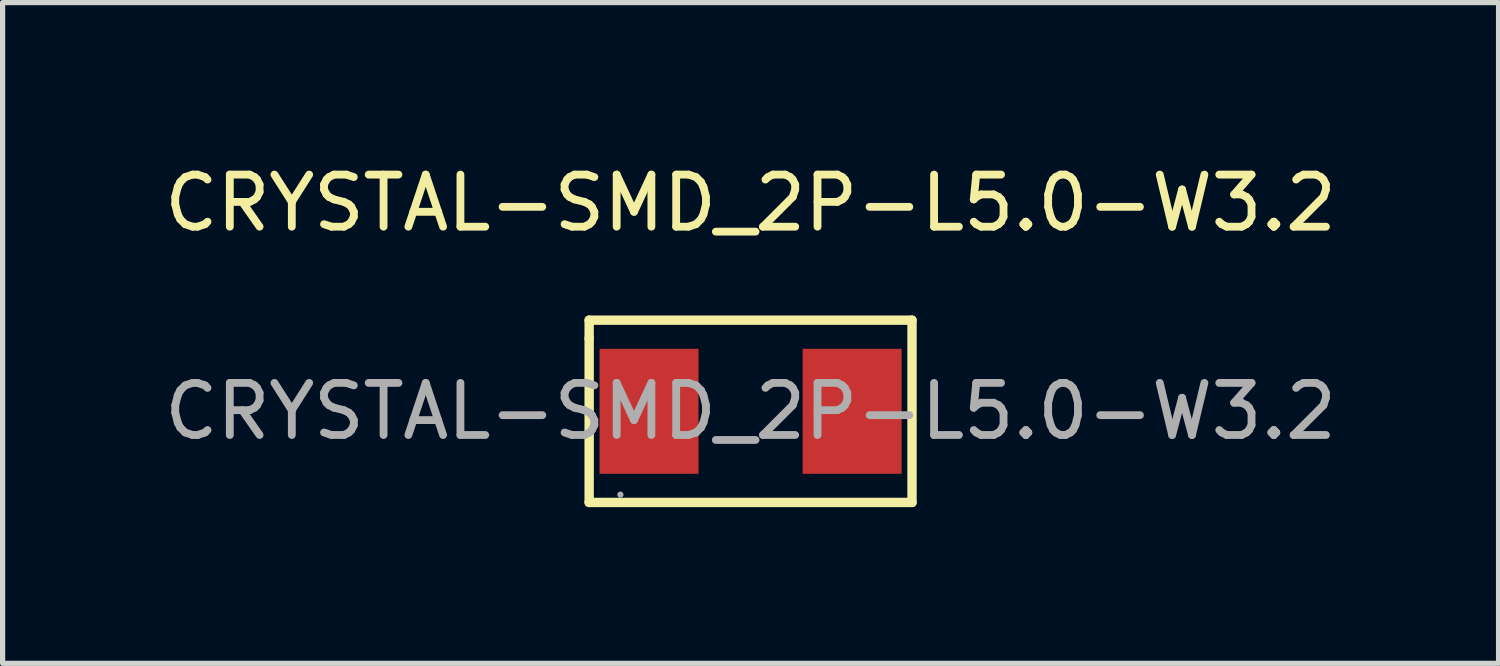
<source format=kicad_pcb>
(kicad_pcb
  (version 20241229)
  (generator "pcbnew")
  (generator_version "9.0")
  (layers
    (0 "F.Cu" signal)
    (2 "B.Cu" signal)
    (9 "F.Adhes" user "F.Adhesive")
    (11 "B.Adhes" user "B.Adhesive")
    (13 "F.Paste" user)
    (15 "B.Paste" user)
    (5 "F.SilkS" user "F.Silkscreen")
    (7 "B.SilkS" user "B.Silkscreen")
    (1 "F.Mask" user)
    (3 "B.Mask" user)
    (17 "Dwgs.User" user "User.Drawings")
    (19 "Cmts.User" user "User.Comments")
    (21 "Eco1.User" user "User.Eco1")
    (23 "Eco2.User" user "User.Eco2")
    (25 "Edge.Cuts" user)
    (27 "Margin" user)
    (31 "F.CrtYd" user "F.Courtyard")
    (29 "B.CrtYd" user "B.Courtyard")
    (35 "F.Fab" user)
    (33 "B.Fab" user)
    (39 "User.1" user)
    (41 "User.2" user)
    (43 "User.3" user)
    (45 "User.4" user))
  (footprint "CRYSTAL-SMD_2P-L5.0-W3.2"
    (layer "F.Cu")
    (at 11.363 4.848)
    (property "Reference" "CRYSTAL-SMD_2P-L5.0-W3.2" (at 0 -4 0) (layer "F.SilkS") (effects (font (size 1 1) (thickness 0.15))))
    (attr smd)
    (fp_line (start -3.1 -1.75) (end 3.1 -1.75) (stroke (width 0.18) (type solid)) (layer "F.SilkS"))
    (fp_line (start -3.1 -1.4) (end -3.1 -1.75) (stroke (width 0.18) (type solid)) (layer "F.SilkS"))
    (fp_line (start -3.1 1.75) (end -3.1 -1.4) (stroke (width 0.18) (type solid)) (layer "F.SilkS"))
    (fp_line (start 3.1 -1.75) (end 3.1 1.75) (stroke (width 0.18) (type solid)) (layer "F.SilkS"))
    (fp_line (start 3.1 1.75) (end -3.1 1.75) (stroke (width 0.18) (type solid)) (layer "F.SilkS"))
    (fp_circle (center -2.5 1.6) (end -2.47 1.6) (stroke (width 0.06) (type solid)) (fill no) (layer "F.Fab"))
    (fp_text user "${REFERENCE}" (at 0 0 0) (layer "F.Fab") (effects (font (size 1 1) (thickness 0.15))))
    (pad "1" smd rect (at -1.95 0) (size 1.9 2.4) (layers "F.Cu" "F.Mask" "F.Paste"))
    (pad "2" smd rect (at 1.95 0) (size 1.9 2.4) (layers "F.Cu" "F.Mask" "F.Paste")))
  (gr_rect
    (start -3 -3)
    (end 25.726 9.688)
    (stroke (width 0.1) (type default))
    (fill no)
    (layer "Edge.Cuts")))
</source>
